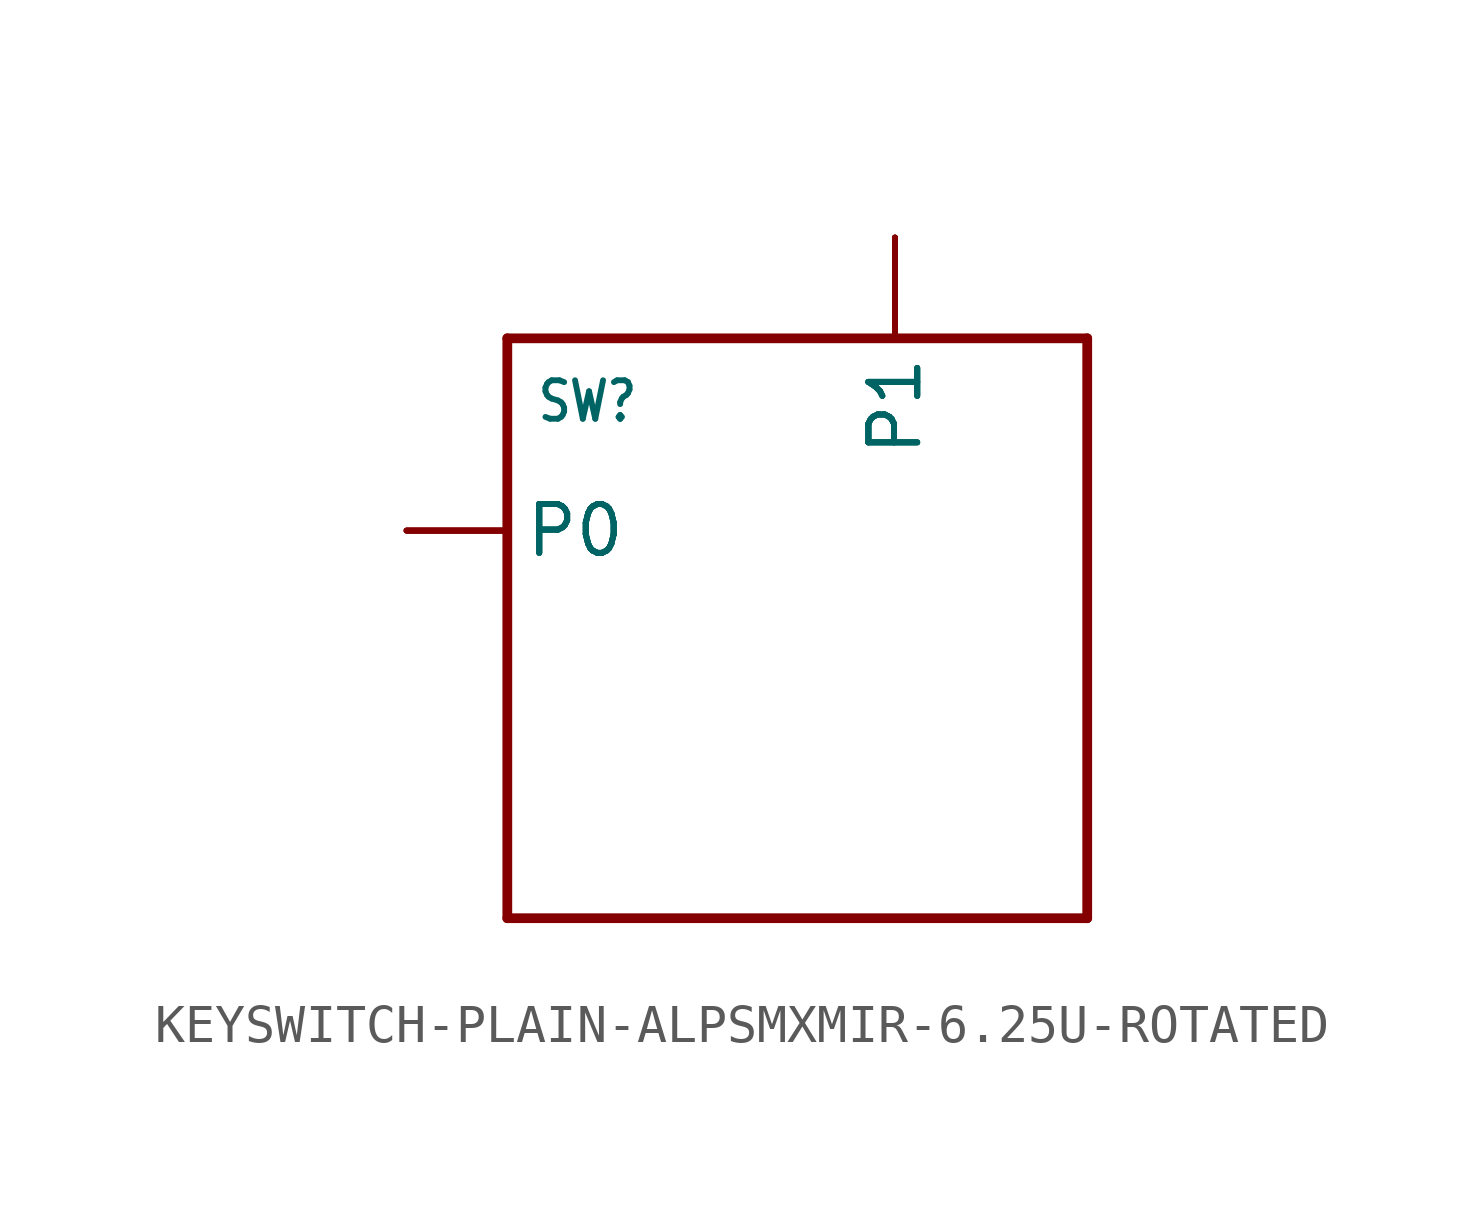
<source format=kicad_sym>
(kicad_symbol_lib
  (version 20211014)
  (generator kicad_symbol_editor)
  (symbol "KEYSWITCH-PLAIN-ALPSMXMIR-6.25U-ROTATED"
    (property "Reference" "SW"
      (at -6.81 5.318 0)
      (effects (font (size 1 0.85)) (justify left bottom)))
    (property "ki_locked" ""
      (at 0 0 0)
      (effects (font (size 1.27 1.27))))
    (symbol "KEYSWITCH-PLAIN-ALPSMXMIR-6.25U-ROTATED_1_0"
      (polyline (pts (xy -7.54 -7.54) (xy -7.54 7.54)) (stroke (width 0.254) (type default) (color 0 0 0 0)) (fill (type none)))
      (polyline (pts (xy -7.54 7.54) (xy 7.54 7.54)) (stroke (width 0.254) (type default) (color 0 0 0 0)) (fill (type none)))
      (polyline (pts (xy 7.54 -7.54) (xy -7.54 -7.54)) (stroke (width 0.254) (type default) (color 0 0 0 0)) (fill (type none)))
      (polyline (pts (xy 7.54 7.54) (xy 7.54 -7.54)) (stroke (width 0.254) (type default) (color 0 0 0 0)) (fill (type none)))
      (pin bidirectional line (at -10.16 2.54 0) (length 2.54) (name "P0" (effects (font (size 1.27 1.27)))) (number "ALPS1" (effects (font (size 0 0)))))
      (pin bidirectional line (at 2.54 10.16 270) (length 2.54) (name "P1" (effects (font (size 1.27 1.27)))) (number "ALPS2" (effects (font (size 0 0)))))
      (pin bidirectional line (at -10.16 2.54 0) (length 2.54) (name "P0" (effects (font (size 1.27 1.27)))) (number "ALPS3" (effects (font (size 0 0)))))
      (pin bidirectional line (at 2.54 10.16 270) (length 2.54) (name "P1" (effects (font (size 1.27 1.27)))) (number "ALPS4" (effects (font (size 0 0)))))
      (pin bidirectional line (at -10.16 2.54 0) (length 2.54) (name "P0" (effects (font (size 1.27 1.27)))) (number "MX1" (effects (font (size 0 0)))))
      (pin bidirectional line (at 2.54 10.16 270) (length 2.54) (name "P1" (effects (font (size 1.27 1.27)))) (number "MX2" (effects (font (size 0 0)))))
      (pin bidirectional line (at -10.16 2.54 0) (length 2.54) (name "P0" (effects (font (size 1.27 1.27)))) (number "MX3" (effects (font (size 0 0)))))
      (pin bidirectional line (at 2.54 10.16 270) (length 2.54) (name "P1" (effects (font (size 1.27 1.27)))) (number "MX4" (effects (font (size 0 0))))))))
</source>
